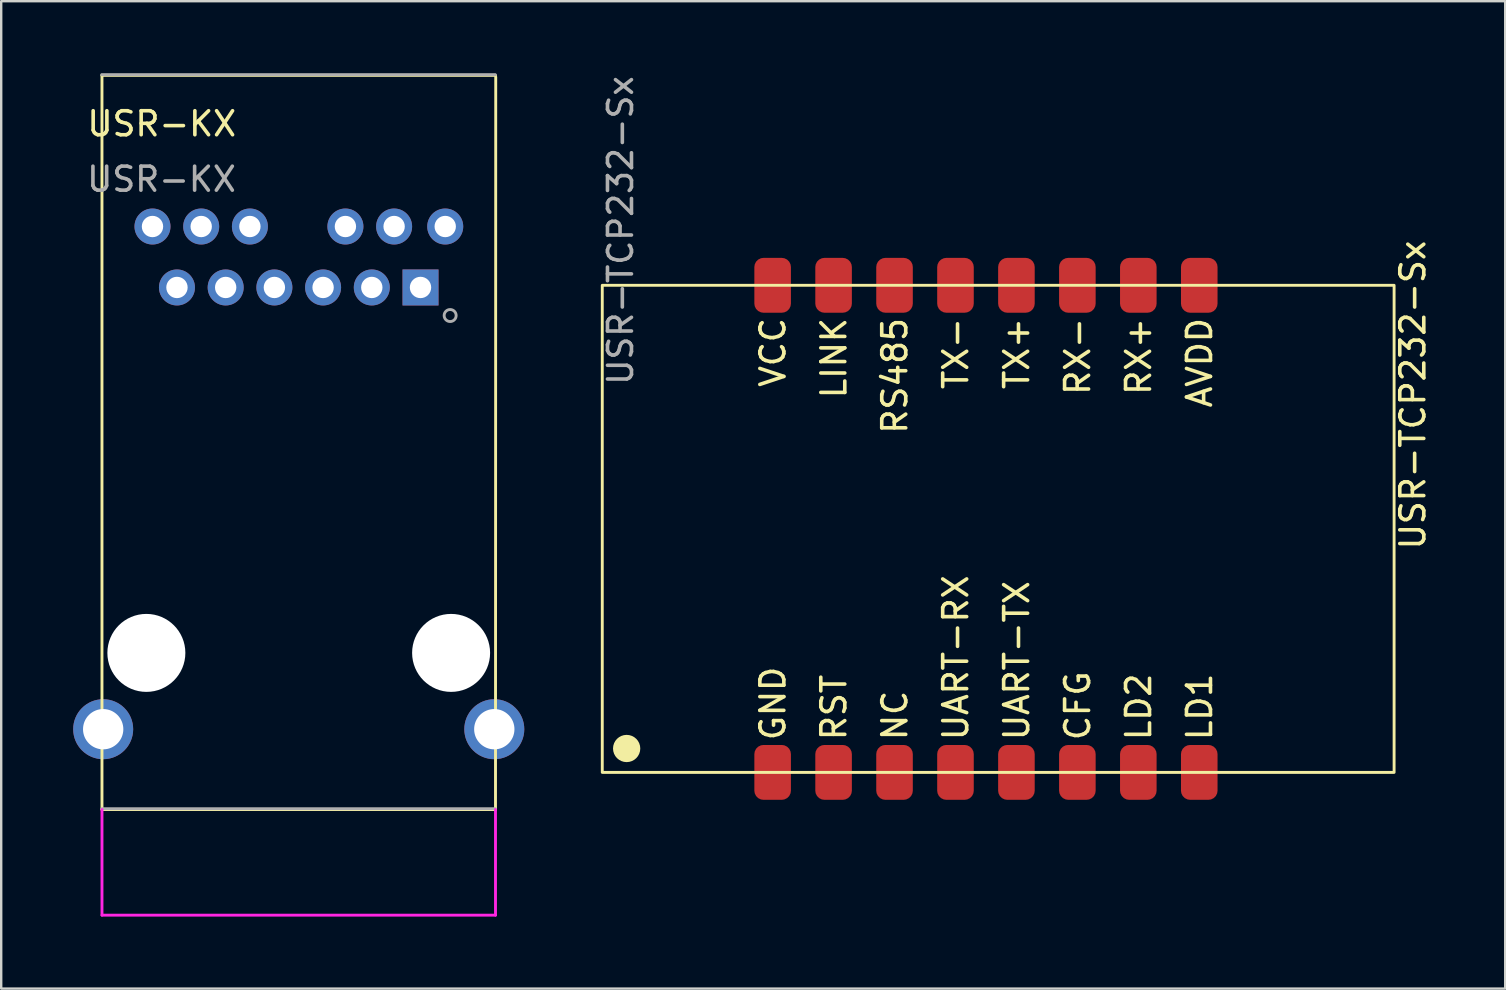
<source format=kicad_pcb>
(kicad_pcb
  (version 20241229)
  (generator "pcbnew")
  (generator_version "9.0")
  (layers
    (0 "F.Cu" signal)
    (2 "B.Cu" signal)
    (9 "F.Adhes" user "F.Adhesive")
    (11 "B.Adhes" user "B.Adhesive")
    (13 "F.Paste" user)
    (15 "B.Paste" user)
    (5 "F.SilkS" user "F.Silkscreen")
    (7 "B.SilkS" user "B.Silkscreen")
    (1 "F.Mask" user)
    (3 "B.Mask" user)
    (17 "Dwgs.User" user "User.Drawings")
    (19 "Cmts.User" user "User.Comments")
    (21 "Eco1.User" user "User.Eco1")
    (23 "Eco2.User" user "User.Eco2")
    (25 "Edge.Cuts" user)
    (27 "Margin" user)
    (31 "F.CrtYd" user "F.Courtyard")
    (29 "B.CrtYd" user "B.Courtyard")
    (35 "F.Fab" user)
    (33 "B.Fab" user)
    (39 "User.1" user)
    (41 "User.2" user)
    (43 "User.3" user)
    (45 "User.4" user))
  (footprint "USR-KX"
    (layer "F.Cu")
    (at 9.4 6.39)
    (property "Reference" "USR-KX" (at -5.71 -4.28 0) (unlocked yes) (layer "F.SilkS") (effects (font (size 1 1) (thickness 0.15))))
    (attr through_hole)
    (fp_line (start -8.2 -6.3) (end -8.2 24.3) (stroke (width 0.12) (type solid)) (layer "F.SilkS"))
    (fp_line (start -8.2 -6.3) (end 8.2 -6.3) (stroke (width 0.12) (type solid)) (layer "F.SilkS"))
    (fp_line (start -8.2 24.3) (end 8.2 24.3) (stroke (width 0.12) (type solid)) (layer "F.SilkS"))
    (fp_line (start 8.2 24.3) (end 8.21 -6.23) (stroke (width 0.12) (type solid)) (layer "F.SilkS"))
    (fp_line (start -8.2 28.7) (end -8.2 24.3) (stroke (width 0.12) (type solid)) (layer "F.CrtYd"))
    (fp_line (start -8.2 28.7) (end 8.2 28.7) (stroke (width 0.12) (type solid)) (layer "F.CrtYd"))
    (fp_line (start 8.2 28.7) (end 8.2 24.3) (stroke (width 0.12) (type solid)) (layer "F.CrtYd"))
    (fp_line (start -8.21 -6.33) (end 8.19 -6.33) (stroke (width 0.12) (type solid)) (layer "F.Fab"))
    (fp_line (start -8.208 24.264) (end 8.192 24.264) (stroke (width 0.12) (type solid)) (layer "F.Fab"))
    (fp_circle (center 6.31 3.71) (end 6.56 3.71) (stroke (width 0.12) (type solid)) (fill no) (layer "F.Fab"))
    (fp_text user "${REFERENCE}" (at -5.72 -1.97 0) (unlocked yes) (layer "F.Fab") (effects (font (size 1 1) (thickness 0.15))))
    (pad "" np_thru_hole circle (at -6.35 17.77) (size 3.25 3.25) (drill 3.25) (layers "*.Cu" "*.Mask"))
    (pad "" np_thru_hole circle (at 6.35 17.77) (size 3.25 3.25) (drill 3.25) (layers "*.Cu" "*.Mask"))
    (pad "1" thru_hole rect (at 5.075 2.54) (size 1.5 1.5) (drill 0.89) (layers "*.Cu" "*.Mask"))
    (pad "2" thru_hole circle (at 3.045 2.54) (size 1.5 1.5) (drill 0.89) (layers "*.Cu" "*.Mask"))
    (pad "3" thru_hole circle (at 1.015 2.54) (size 1.5 1.5) (drill 0.89) (layers "*.Cu" "*.Mask"))
    (pad "4" thru_hole circle (at -1.015 2.54) (size 1.5 1.5) (drill 0.89) (layers "*.Cu" "*.Mask"))
    (pad "5" thru_hole circle (at -3.045 2.54) (size 1.5 1.5) (drill 0.89) (layers "*.Cu" "*.Mask"))
    (pad "6" thru_hole circle (at -5.075 2.54) (size 1.5 1.5) (drill 0.89) (layers "*.Cu" "*.Mask"))
    (pad "7" thru_hole circle (at 6.105 0) (size 1.5 1.5) (drill 0.89) (layers "*.Cu" "*.Mask"))
    (pad "8" thru_hole circle (at 3.975 0) (size 1.5 1.5) (drill 0.89) (layers "*.Cu" "*.Mask"))
    (pad "9" thru_hole circle (at 1.945 0) (size 1.5 1.5) (drill 0.89) (layers "*.Cu" "*.Mask"))
    (pad "10" thru_hole circle (at -2.035 0) (size 1.5 1.5) (drill 0.89) (layers "*.Cu" "*.Mask"))
    (pad "11" thru_hole circle (at -4.065 0) (size 1.5 1.5) (drill 0.89) (layers "*.Cu" "*.Mask"))
    (pad "12" thru_hole circle (at -6.095 0) (size 1.5 1.5) (drill 0.89) (layers "*.Cu" "*.Mask"))
    (pad "13" thru_hole circle (at -8.15 20.95) (size 2.5 2.5) (drill 1.68) (layers "*.Cu" "*.Mask"))
    (pad "14" thru_hole circle (at 8.15 20.95) (size 2.5 2.5) (drill 1.68) (layers "*.Cu" "*.Mask")))
  (footprint "USR-TCP232-Sx"
    (layer "F.Cu")
    (at 22.05 8.84)
    (property "Reference" "USR-TCP232-Sx" (at 33.782 4.572 90) (unlocked yes) (layer "F.SilkS") (effects (font (size 1 1) (thickness 0.15))))
    (attr smd)
    (fp_rect (start 0 0) (end 33 20.3) (stroke (width 0.12) (type solid)) (fill no) (layer "F.SilkS"))
    (fp_circle (center 1.016 19.304) (end 1.524 19.304) (stroke (width 0.12) (type solid)) (fill yes) (layer "F.SilkS"))
    (fp_text user "TX-" (at 14.732 1.27 90) (unlocked yes) (layer "F.SilkS") (effects (font (size 1 1) (thickness 0.15)) (justify right)))
    (fp_text user "LD1" (at 24.892 19.05 90) (unlocked yes) (layer "F.SilkS") (effects (font (size 1 1) (thickness 0.15)) (justify left)))
    (fp_text user "VCC" (at 7.112 1.27 90) (unlocked yes) (layer "F.SilkS") (effects (font (size 1 1) (thickness 0.15)) (justify right)))
    (fp_text user "LINK" (at 9.652 1.27 90) (unlocked yes) (layer "F.SilkS") (effects (font (size 1 1) (thickness 0.15)) (justify right)))
    (fp_text user "UART-RX" (at 14.732 19.05 90) (unlocked yes) (layer "F.SilkS") (effects (font (size 1 1) (thickness 0.15)) (justify left)))
    (fp_text user "LD2" (at 22.352 19.05 90) (unlocked yes) (layer "F.SilkS") (effects (font (size 1 1) (thickness 0.15)) (justify left)))
    (fp_text user "GND" (at 7.112 19.05 90) (unlocked yes) (layer "F.SilkS") (effects (font (size 1 1) (thickness 0.15)) (justify left)))
    (fp_text user "RX+" (at 22.352 1.27 90) (unlocked yes) (layer "F.SilkS") (effects (font (size 1 1) (thickness 0.15)) (justify right)))
    (fp_text user "NC" (at 12.192 19.05 90) (unlocked yes) (layer "F.SilkS") (effects (font (size 1 1) (thickness 0.15)) (justify left)))
    (fp_text user "RX-" (at 19.812 1.27 90) (unlocked yes) (layer "F.SilkS") (effects (font (size 1 1) (thickness 0.15)) (justify right)))
    (fp_text user "CFG" (at 19.812 19.05 90) (unlocked yes) (layer "F.SilkS") (effects (font (size 1 1) (thickness 0.15)) (justify left)))
    (fp_text user "RS485" (at 12.192 1.27 90) (unlocked yes) (layer "F.SilkS") (effects (font (size 1 1) (thickness 0.15)) (justify right)))
    (fp_text user "UART-TX" (at 17.272 19.05 90) (unlocked yes) (layer "F.SilkS") (effects (font (size 1 1) (thickness 0.15)) (justify left)))
    (fp_text user "RST " (at 9.652 19.05 90) (unlocked yes) (layer "F.SilkS") (effects (font (size 1 1) (thickness 0.15)) (justify left)))
    (fp_text user "TX+" (at 17.272 1.27 90) (unlocked yes) (layer "F.SilkS") (effects (font (size 1 1) (thickness 0.15)) (justify right)))
    (fp_text user "AVDD" (at 24.892 1.27 90) (unlocked yes) (layer "F.SilkS") (effects (font (size 1 1) (thickness 0.15)) (justify right)))
    (fp_text user "${REFERENCE}" (at 0.762 -2.286 90) (unlocked yes) (layer "F.Fab") (effects (font (size 1 1) (thickness 0.15))))
    (pad "1" smd roundrect (at 7.1 20.3 90) (size 2.286 1.524) (layers "F.Cu" "F.Mask" "F.Paste") (roundrect_rratio 0.25))
    (pad "2" smd roundrect (at 9.64 20.3 90) (size 2.286 1.524) (layers "F.Cu" "F.Mask" "F.Paste") (roundrect_rratio 0.25))
    (pad "3" smd roundrect (at 12.18 20.3 90) (size 2.286 1.524) (layers "F.Cu" "F.Mask" "F.Paste") (roundrect_rratio 0.25))
    (pad "4" smd roundrect (at 14.72 20.3 90) (size 2.286 1.524) (layers "F.Cu" "F.Mask" "F.Paste") (roundrect_rratio 0.25))
    (pad "5" smd roundrect (at 17.26 20.3 90) (size 2.286 1.524) (layers "F.Cu" "F.Mask" "F.Paste") (roundrect_rratio 0.25))
    (pad "6" smd roundrect (at 19.8 20.3 90) (size 2.286 1.524) (layers "F.Cu" "F.Mask" "F.Paste") (roundrect_rratio 0.25))
    (pad "7" smd roundrect (at 22.34 20.3 90) (size 2.286 1.524) (layers "F.Cu" "F.Mask" "F.Paste") (roundrect_rratio 0.25))
    (pad "8" smd roundrect (at 24.88 20.3 90) (size 2.286 1.524) (layers "F.Cu" "F.Mask" "F.Paste") (roundrect_rratio 0.25))
    (pad "9" smd roundrect (at 24.88 0 90) (size 2.286 1.524) (layers "F.Cu" "F.Mask" "F.Paste") (roundrect_rratio 0.25))
    (pad "10" smd roundrect (at 22.34 0 90) (size 2.286 1.524) (layers "F.Cu" "F.Mask" "F.Paste") (roundrect_rratio 0.25))
    (pad "11" smd roundrect (at 19.8 0 90) (size 2.286 1.524) (layers "F.Cu" "F.Mask" "F.Paste") (roundrect_rratio 0.25))
    (pad "12" smd roundrect (at 17.26 0 90) (size 2.286 1.524) (layers "F.Cu" "F.Mask" "F.Paste") (roundrect_rratio 0.25))
    (pad "13" smd roundrect (at 14.72 0 90) (size 2.286 1.524) (layers "F.Cu" "F.Mask" "F.Paste") (roundrect_rratio 0.25))
    (pad "14" smd roundrect (at 12.18 0 90) (size 2.286 1.524) (layers "F.Cu" "F.Mask" "F.Paste") (roundrect_rratio 0.25))
    (pad "15" smd roundrect (at 9.64 0 90) (size 2.286 1.524) (layers "F.Cu" "F.Mask" "F.Paste") (roundrect_rratio 0.25))
    (pad "16" smd roundrect (at 7.1 0 90) (size 2.286 1.524) (layers "F.Cu" "F.Mask" "F.Paste") (roundrect_rratio 0.25)))
  (gr_rect
    (start -3 -3)
    (end 59.68 38.15)
    (stroke (width 0.1) (type default))
    (fill no)
    (layer "Edge.Cuts")))
</source>
